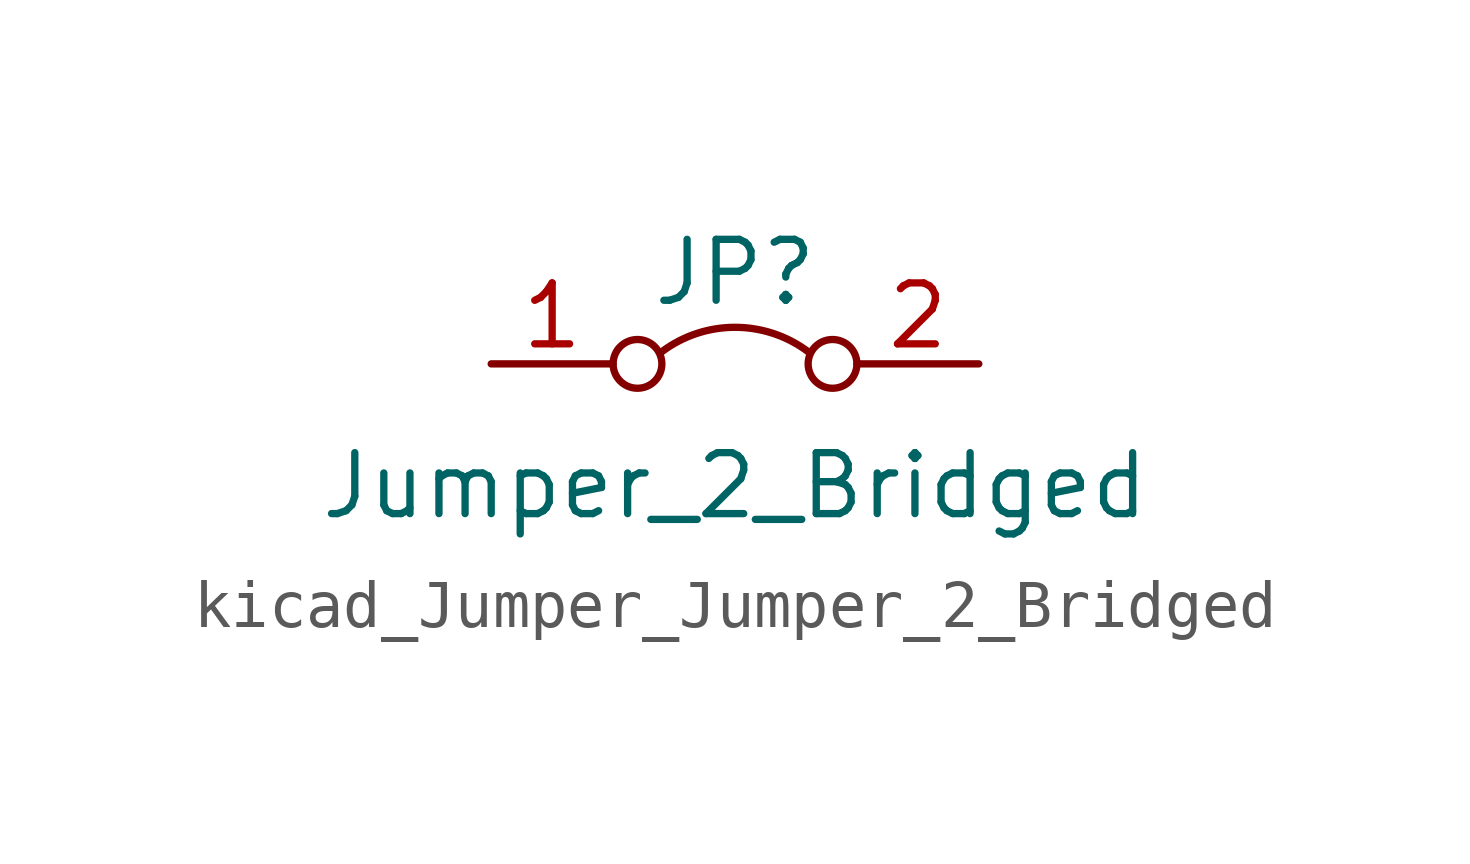
<source format=kicad_sym>
(kicad_symbol_lib
  (version 20220914)
  (generator kicad_symbol_editor)
  (symbol "kicad_Jumper_Jumper_2_Bridged"
    (pin_names
      (offset 0) hide)
    (property "Reference" "JP"
      (at 0 1.905 0)
      (effects (font (size 1.27 1.27))))
    (property "Value" "Jumper_2_Bridged"
      (at 0 -2.54 0)
      (effects (font (size 1.27 1.27))))
    (symbol "kicad_Jumper_Jumper_2_Bridged_0_0"
      (circle (center -2.032 0) (radius 0.508) (stroke (width 0) (type default)) (fill (type none)))
      (circle (center 2.032 0) (radius 0.508) (stroke (width 0) (type default)) (fill (type none))))
    (symbol "kicad_Jumper_Jumper_2_Bridged_0_1"
      (arc (start 1.524 0.254) (mid 0 0.762) (end -1.524 0.254) (stroke (width 0) (type default)) (fill (type none))))
    (symbol "kicad_Jumper_Jumper_2_Bridged_1_1"
      (pin passive line (at -5.08 0 0) (length 2.54) (name "A" (effects (font (size 1.27 1.27)))) (number "1" (effects (font (size 1.27 1.27)))))
      (pin passive line (at 5.08 0 180) (length 2.54) (name "B" (effects (font (size 1.27 1.27)))) (number "2" (effects (font (size 1.27 1.27))))))))
</source>
